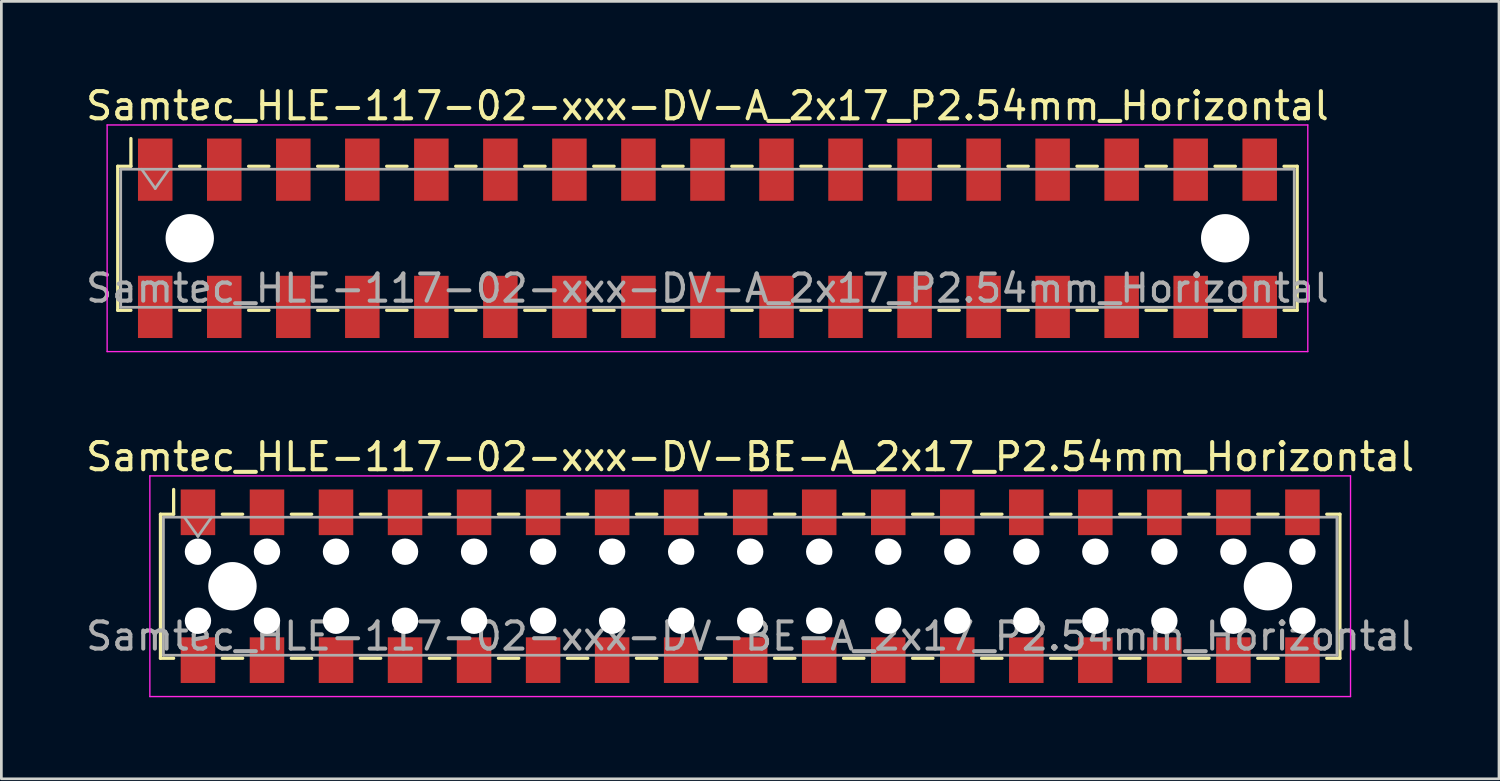
<source format=kicad_pcb>
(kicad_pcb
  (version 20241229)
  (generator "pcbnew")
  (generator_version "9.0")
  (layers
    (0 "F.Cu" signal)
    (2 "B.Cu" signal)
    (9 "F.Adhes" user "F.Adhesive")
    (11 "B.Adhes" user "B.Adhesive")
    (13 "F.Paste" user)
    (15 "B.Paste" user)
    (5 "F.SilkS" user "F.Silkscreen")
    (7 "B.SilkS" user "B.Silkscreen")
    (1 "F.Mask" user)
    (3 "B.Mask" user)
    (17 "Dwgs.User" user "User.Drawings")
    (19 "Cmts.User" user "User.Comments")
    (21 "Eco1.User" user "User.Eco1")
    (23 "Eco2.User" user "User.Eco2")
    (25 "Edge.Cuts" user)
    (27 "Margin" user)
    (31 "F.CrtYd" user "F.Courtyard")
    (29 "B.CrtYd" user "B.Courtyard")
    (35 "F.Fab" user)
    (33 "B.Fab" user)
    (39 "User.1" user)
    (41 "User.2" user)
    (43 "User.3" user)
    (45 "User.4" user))
  (footprint "Samtec_HLE-117-02-xxx-DV-BE-A_2x17_P2.54mm_Horizontal"
    (layer "F.Cu")
    (at 24.554 18.521)
    (property "Reference" "Samtec_HLE-117-02-xxx-DV-BE-A_2x17_P2.54mm_Horizontal" (at 0 -4.76 0) (layer "F.SilkS") (effects (font (size 1 1) (thickness 0.15))))
    (attr smd)
    (fp_line (start -21.7 -2.65) (end -21.7 2.65) (stroke (width 0.12) (type solid)) (layer "F.SilkS"))
    (fp_line (start -21.7 2.65) (end -21.215 2.65) (stroke (width 0.12) (type solid)) (layer "F.SilkS"))
    (fp_line (start -21.215 -3.56) (end -21.215 -2.65) (stroke (width 0.12) (type solid)) (layer "F.SilkS"))
    (fp_line (start -21.215 -2.65) (end -21.7 -2.65) (stroke (width 0.12) (type solid)) (layer "F.SilkS"))
    (fp_line (start -19.425 -2.65) (end -18.675 -2.65) (stroke (width 0.12) (type solid)) (layer "F.SilkS"))
    (fp_line (start -19.425 2.65) (end -18.675 2.65) (stroke (width 0.12) (type solid)) (layer "F.SilkS"))
    (fp_line (start -16.885 -2.65) (end -16.135 -2.65) (stroke (width 0.12) (type solid)) (layer "F.SilkS"))
    (fp_line (start -16.885 2.65) (end -16.135 2.65) (stroke (width 0.12) (type solid)) (layer "F.SilkS"))
    (fp_line (start -14.345 -2.65) (end -13.595 -2.65) (stroke (width 0.12) (type solid)) (layer "F.SilkS"))
    (fp_line (start -14.345 2.65) (end -13.595 2.65) (stroke (width 0.12) (type solid)) (layer "F.SilkS"))
    (fp_line (start -11.805 -2.65) (end -11.055 -2.65) (stroke (width 0.12) (type solid)) (layer "F.SilkS"))
    (fp_line (start -11.805 2.65) (end -11.055 2.65) (stroke (width 0.12) (type solid)) (layer "F.SilkS"))
    (fp_line (start -9.265 -2.65) (end -8.515 -2.65) (stroke (width 0.12) (type solid)) (layer "F.SilkS"))
    (fp_line (start -9.265 2.65) (end -8.515 2.65) (stroke (width 0.12) (type solid)) (layer "F.SilkS"))
    (fp_line (start -6.725 -2.65) (end -5.975 -2.65) (stroke (width 0.12) (type solid)) (layer "F.SilkS"))
    (fp_line (start -6.725 2.65) (end -5.975 2.65) (stroke (width 0.12) (type solid)) (layer "F.SilkS"))
    (fp_line (start -4.185 -2.65) (end -3.435 -2.65) (stroke (width 0.12) (type solid)) (layer "F.SilkS"))
    (fp_line (start -4.185 2.65) (end -3.435 2.65) (stroke (width 0.12) (type solid)) (layer "F.SilkS"))
    (fp_line (start -1.645 -2.65) (end -0.895 -2.65) (stroke (width 0.12) (type solid)) (layer "F.SilkS"))
    (fp_line (start -1.645 2.65) (end -0.895 2.65) (stroke (width 0.12) (type solid)) (layer "F.SilkS"))
    (fp_line (start 0.895 -2.65) (end 1.645 -2.65) (stroke (width 0.12) (type solid)) (layer "F.SilkS"))
    (fp_line (start 0.895 2.65) (end 1.645 2.65) (stroke (width 0.12) (type solid)) (layer "F.SilkS"))
    (fp_line (start 3.435 -2.65) (end 4.185 -2.65) (stroke (width 0.12) (type solid)) (layer "F.SilkS"))
    (fp_line (start 3.435 2.65) (end 4.185 2.65) (stroke (width 0.12) (type solid)) (layer "F.SilkS"))
    (fp_line (start 5.975 -2.65) (end 6.725 -2.65) (stroke (width 0.12) (type solid)) (layer "F.SilkS"))
    (fp_line (start 5.975 2.65) (end 6.725 2.65) (stroke (width 0.12) (type solid)) (layer "F.SilkS"))
    (fp_line (start 8.515 -2.65) (end 9.265 -2.65) (stroke (width 0.12) (type solid)) (layer "F.SilkS"))
    (fp_line (start 8.515 2.65) (end 9.265 2.65) (stroke (width 0.12) (type solid)) (layer "F.SilkS"))
    (fp_line (start 11.055 -2.65) (end 11.805 -2.65) (stroke (width 0.12) (type solid)) (layer "F.SilkS"))
    (fp_line (start 11.055 2.65) (end 11.805 2.65) (stroke (width 0.12) (type solid)) (layer "F.SilkS"))
    (fp_line (start 13.595 -2.65) (end 14.345 -2.65) (stroke (width 0.12) (type solid)) (layer "F.SilkS"))
    (fp_line (start 13.595 2.65) (end 14.345 2.65) (stroke (width 0.12) (type solid)) (layer "F.SilkS"))
    (fp_line (start 16.135 -2.65) (end 16.885 -2.65) (stroke (width 0.12) (type solid)) (layer "F.SilkS"))
    (fp_line (start 16.135 2.65) (end 16.885 2.65) (stroke (width 0.12) (type solid)) (layer "F.SilkS"))
    (fp_line (start 18.675 -2.65) (end 19.425 -2.65) (stroke (width 0.12) (type solid)) (layer "F.SilkS"))
    (fp_line (start 18.675 2.65) (end 19.425 2.65) (stroke (width 0.12) (type solid)) (layer "F.SilkS"))
    (fp_line (start 21.215 -2.65) (end 21.7 -2.65) (stroke (width 0.12) (type solid)) (layer "F.SilkS"))
    (fp_line (start 21.7 -2.65) (end 21.7 2.65) (stroke (width 0.12) (type solid)) (layer "F.SilkS"))
    (fp_line (start 21.7 2.65) (end 21.215 2.65) (stroke (width 0.12) (type solid)) (layer "F.SilkS"))
    (fp_line (start -22.09 -4.06) (end 22.09 -4.06) (stroke (width 0.05) (type solid)) (layer "F.CrtYd"))
    (fp_line (start -22.09 4.06) (end -22.09 -4.06) (stroke (width 0.05) (type solid)) (layer "F.CrtYd"))
    (fp_line (start 22.09 -4.06) (end 22.09 4.06) (stroke (width 0.05) (type solid)) (layer "F.CrtYd"))
    (fp_line (start 22.09 4.06) (end -22.09 4.06) (stroke (width 0.05) (type solid)) (layer "F.CrtYd"))
    (fp_line (start -21.59 -2.54) (end 21.59 -2.54) (stroke (width 0.1) (type solid)) (layer "F.Fab"))
    (fp_line (start -21.59 2.54) (end -21.59 -2.54) (stroke (width 0.1) (type solid)) (layer "F.Fab"))
    (fp_line (start -20.82 -2.54) (end -20.32 -1.833) (stroke (width 0.1) (type solid)) (layer "F.Fab"))
    (fp_line (start -20.32 -1.833) (end -19.82 -2.54) (stroke (width 0.1) (type solid)) (layer "F.Fab"))
    (fp_line (start 21.59 -2.54) (end 21.59 2.54) (stroke (width 0.1) (type solid)) (layer "F.Fab"))
    (fp_line (start 21.59 2.54) (end -21.59 2.54) (stroke (width 0.1) (type solid)) (layer "F.Fab"))
    (fp_text user "${REFERENCE}" (at 0 1.84 0) (layer "F.Fab") (effects (font (size 1 1) (thickness 0.15))))
    (pad "" np_thru_hole circle (at -20.32 -1.27) (size 0.97 0.97) (drill 0.97) (layers "*.Cu" "*.Mask"))
    (pad "" np_thru_hole circle (at -20.32 1.27) (size 0.97 0.97) (drill 0.97) (layers "*.Cu" "*.Mask"))
    (pad "" np_thru_hole circle (at -19.05 0) (size 1.78 1.78) (drill 1.78) (layers "*.Cu" "*.Mask"))
    (pad "" np_thru_hole circle (at -17.78 -1.27) (size 0.97 0.97) (drill 0.97) (layers "*.Cu" "*.Mask"))
    (pad "" np_thru_hole circle (at -17.78 1.27) (size 0.97 0.97) (drill 0.97) (layers "*.Cu" "*.Mask"))
    (pad "" np_thru_hole circle (at -15.24 -1.27) (size 0.97 0.97) (drill 0.97) (layers "*.Cu" "*.Mask"))
    (pad "" np_thru_hole circle (at -15.24 1.27) (size 0.97 0.97) (drill 0.97) (layers "*.Cu" "*.Mask"))
    (pad "" np_thru_hole circle (at -12.7 -1.27) (size 0.97 0.97) (drill 0.97) (layers "*.Cu" "*.Mask"))
    (pad "" np_thru_hole circle (at -12.7 1.27) (size 0.97 0.97) (drill 0.97) (layers "*.Cu" "*.Mask"))
    (pad "" np_thru_hole circle (at -10.16 -1.27) (size 0.97 0.97) (drill 0.97) (layers "*.Cu" "*.Mask"))
    (pad "" np_thru_hole circle (at -10.16 1.27) (size 0.97 0.97) (drill 0.97) (layers "*.Cu" "*.Mask"))
    (pad "" np_thru_hole circle (at -7.62 -1.27) (size 0.97 0.97) (drill 0.97) (layers "*.Cu" "*.Mask"))
    (pad "" np_thru_hole circle (at -7.62 1.27) (size 0.97 0.97) (drill 0.97) (layers "*.Cu" "*.Mask"))
    (pad "" np_thru_hole circle (at -5.08 -1.27) (size 0.97 0.97) (drill 0.97) (layers "*.Cu" "*.Mask"))
    (pad "" np_thru_hole circle (at -5.08 1.27) (size 0.97 0.97) (drill 0.97) (layers "*.Cu" "*.Mask"))
    (pad "" np_thru_hole circle (at -2.54 -1.27) (size 0.97 0.97) (drill 0.97) (layers "*.Cu" "*.Mask"))
    (pad "" np_thru_hole circle (at -2.54 1.27) (size 0.97 0.97) (drill 0.97) (layers "*.Cu" "*.Mask"))
    (pad "" np_thru_hole circle (at 0 -1.27) (size 0.97 0.97) (drill 0.97) (layers "*.Cu" "*.Mask"))
    (pad "" np_thru_hole circle (at 0 1.27) (size 0.97 0.97) (drill 0.97) (layers "*.Cu" "*.Mask"))
    (pad "" np_thru_hole circle (at 2.54 -1.27) (size 0.97 0.97) (drill 0.97) (layers "*.Cu" "*.Mask"))
    (pad "" np_thru_hole circle (at 2.54 1.27) (size 0.97 0.97) (drill 0.97) (layers "*.Cu" "*.Mask"))
    (pad "" np_thru_hole circle (at 5.08 -1.27) (size 0.97 0.97) (drill 0.97) (layers "*.Cu" "*.Mask"))
    (pad "" np_thru_hole circle (at 5.08 1.27) (size 0.97 0.97) (drill 0.97) (layers "*.Cu" "*.Mask"))
    (pad "" np_thru_hole circle (at 7.62 -1.27) (size 0.97 0.97) (drill 0.97) (layers "*.Cu" "*.Mask"))
    (pad "" np_thru_hole circle (at 7.62 1.27) (size 0.97 0.97) (drill 0.97) (layers "*.Cu" "*.Mask"))
    (pad "" np_thru_hole circle (at 10.16 -1.27) (size 0.97 0.97) (drill 0.97) (layers "*.Cu" "*.Mask"))
    (pad "" np_thru_hole circle (at 10.16 1.27) (size 0.97 0.97) (drill 0.97) (layers "*.Cu" "*.Mask"))
    (pad "" np_thru_hole circle (at 12.7 -1.27) (size 0.97 0.97) (drill 0.97) (layers "*.Cu" "*.Mask"))
    (pad "" np_thru_hole circle (at 12.7 1.27) (size 0.97 0.97) (drill 0.97) (layers "*.Cu" "*.Mask"))
    (pad "" np_thru_hole circle (at 15.24 -1.27) (size 0.97 0.97) (drill 0.97) (layers "*.Cu" "*.Mask"))
    (pad "" np_thru_hole circle (at 15.24 1.27) (size 0.97 0.97) (drill 0.97) (layers "*.Cu" "*.Mask"))
    (pad "" np_thru_hole circle (at 17.78 -1.27) (size 0.97 0.97) (drill 0.97) (layers "*.Cu" "*.Mask"))
    (pad "" np_thru_hole circle (at 17.78 1.27) (size 0.97 0.97) (drill 0.97) (layers "*.Cu" "*.Mask"))
    (pad "" np_thru_hole circle (at 19.05 0) (size 1.78 1.78) (drill 1.78) (layers "*.Cu" "*.Mask"))
    (pad "" np_thru_hole circle (at 20.32 -1.27) (size 0.97 0.97) (drill 0.97) (layers "*.Cu" "*.Mask"))
    (pad "" np_thru_hole circle (at 20.32 1.27) (size 0.97 0.97) (drill 0.97) (layers "*.Cu" "*.Mask"))
    (pad "1" smd rect (at -20.32 -2.72) (size 1.27 1.68) (layers "F.Cu" "F.Mask" "F.Paste"))
    (pad "2" smd rect (at -20.32 2.72) (size 1.27 1.68) (layers "F.Cu" "F.Mask" "F.Paste"))
    (pad "3" smd rect (at -17.78 -2.72) (size 1.27 1.68) (layers "F.Cu" "F.Mask" "F.Paste"))
    (pad "4" smd rect (at -17.78 2.72) (size 1.27 1.68) (layers "F.Cu" "F.Mask" "F.Paste"))
    (pad "5" smd rect (at -15.24 -2.72) (size 1.27 1.68) (layers "F.Cu" "F.Mask" "F.Paste"))
    (pad "6" smd rect (at -15.24 2.72) (size 1.27 1.68) (layers "F.Cu" "F.Mask" "F.Paste"))
    (pad "7" smd rect (at -12.7 -2.72) (size 1.27 1.68) (layers "F.Cu" "F.Mask" "F.Paste"))
    (pad "8" smd rect (at -12.7 2.72) (size 1.27 1.68) (layers "F.Cu" "F.Mask" "F.Paste"))
    (pad "9" smd rect (at -10.16 -2.72) (size 1.27 1.68) (layers "F.Cu" "F.Mask" "F.Paste"))
    (pad "10" smd rect (at -10.16 2.72) (size 1.27 1.68) (layers "F.Cu" "F.Mask" "F.Paste"))
    (pad "11" smd rect (at -7.62 -2.72) (size 1.27 1.68) (layers "F.Cu" "F.Mask" "F.Paste"))
    (pad "12" smd rect (at -7.62 2.72) (size 1.27 1.68) (layers "F.Cu" "F.Mask" "F.Paste"))
    (pad "13" smd rect (at -5.08 -2.72) (size 1.27 1.68) (layers "F.Cu" "F.Mask" "F.Paste"))
    (pad "14" smd rect (at -5.08 2.72) (size 1.27 1.68) (layers "F.Cu" "F.Mask" "F.Paste"))
    (pad "15" smd rect (at -2.54 -2.72) (size 1.27 1.68) (layers "F.Cu" "F.Mask" "F.Paste"))
    (pad "16" smd rect (at -2.54 2.72) (size 1.27 1.68) (layers "F.Cu" "F.Mask" "F.Paste"))
    (pad "17" smd rect (at 0 -2.72) (size 1.27 1.68) (layers "F.Cu" "F.Mask" "F.Paste"))
    (pad "18" smd rect (at 0 2.72) (size 1.27 1.68) (layers "F.Cu" "F.Mask" "F.Paste"))
    (pad "19" smd rect (at 2.54 -2.72) (size 1.27 1.68) (layers "F.Cu" "F.Mask" "F.Paste"))
    (pad "20" smd rect (at 2.54 2.72) (size 1.27 1.68) (layers "F.Cu" "F.Mask" "F.Paste"))
    (pad "21" smd rect (at 5.08 -2.72) (size 1.27 1.68) (layers "F.Cu" "F.Mask" "F.Paste"))
    (pad "22" smd rect (at 5.08 2.72) (size 1.27 1.68) (layers "F.Cu" "F.Mask" "F.Paste"))
    (pad "23" smd rect (at 7.62 -2.72) (size 1.27 1.68) (layers "F.Cu" "F.Mask" "F.Paste"))
    (pad "24" smd rect (at 7.62 2.72) (size 1.27 1.68) (layers "F.Cu" "F.Mask" "F.Paste"))
    (pad "25" smd rect (at 10.16 -2.72) (size 1.27 1.68) (layers "F.Cu" "F.Mask" "F.Paste"))
    (pad "26" smd rect (at 10.16 2.72) (size 1.27 1.68) (layers "F.Cu" "F.Mask" "F.Paste"))
    (pad "27" smd rect (at 12.7 -2.72) (size 1.27 1.68) (layers "F.Cu" "F.Mask" "F.Paste"))
    (pad "28" smd rect (at 12.7 2.72) (size 1.27 1.68) (layers "F.Cu" "F.Mask" "F.Paste"))
    (pad "29" smd rect (at 15.24 -2.72) (size 1.27 1.68) (layers "F.Cu" "F.Mask" "F.Paste"))
    (pad "30" smd rect (at 15.24 2.72) (size 1.27 1.68) (layers "F.Cu" "F.Mask" "F.Paste"))
    (pad "31" smd rect (at 17.78 -2.72) (size 1.27 1.68) (layers "F.Cu" "F.Mask" "F.Paste"))
    (pad "32" smd rect (at 17.78 2.72) (size 1.27 1.68) (layers "F.Cu" "F.Mask" "F.Paste"))
    (pad "33" smd rect (at 20.32 -2.72) (size 1.27 1.68) (layers "F.Cu" "F.Mask" "F.Paste"))
    (pad "34" smd rect (at 20.32 2.72) (size 1.27 1.68) (layers "F.Cu" "F.Mask" "F.Paste")))
  (footprint "Samtec_HLE-117-02-xxx-DV-A_2x17_P2.54mm_Horizontal"
    (layer "F.Cu")
    (at 22.982 5.718)
    (property "Reference" "Samtec_HLE-117-02-xxx-DV-A_2x17_P2.54mm_Horizontal" (at 0 -4.87 0) (layer "F.SilkS") (effects (font (size 1 1) (thickness 0.15))))
    (attr smd)
    (fp_line (start -21.7 -2.65) (end -21.7 2.65) (stroke (width 0.12) (type solid)) (layer "F.SilkS"))
    (fp_line (start -21.7 2.65) (end -21.215 2.65) (stroke (width 0.12) (type solid)) (layer "F.SilkS"))
    (fp_line (start -21.215 -3.67) (end -21.215 -2.65) (stroke (width 0.12) (type solid)) (layer "F.SilkS"))
    (fp_line (start -21.215 -2.65) (end -21.7 -2.65) (stroke (width 0.12) (type solid)) (layer "F.SilkS"))
    (fp_line (start -19.425 -2.65) (end -18.675 -2.65) (stroke (width 0.12) (type solid)) (layer "F.SilkS"))
    (fp_line (start -19.425 2.65) (end -18.675 2.65) (stroke (width 0.12) (type solid)) (layer "F.SilkS"))
    (fp_line (start -16.885 -2.65) (end -16.135 -2.65) (stroke (width 0.12) (type solid)) (layer "F.SilkS"))
    (fp_line (start -16.885 2.65) (end -16.135 2.65) (stroke (width 0.12) (type solid)) (layer "F.SilkS"))
    (fp_line (start -14.345 -2.65) (end -13.595 -2.65) (stroke (width 0.12) (type solid)) (layer "F.SilkS"))
    (fp_line (start -14.345 2.65) (end -13.595 2.65) (stroke (width 0.12) (type solid)) (layer "F.SilkS"))
    (fp_line (start -11.805 -2.65) (end -11.055 -2.65) (stroke (width 0.12) (type solid)) (layer "F.SilkS"))
    (fp_line (start -11.805 2.65) (end -11.055 2.65) (stroke (width 0.12) (type solid)) (layer "F.SilkS"))
    (fp_line (start -9.265 -2.65) (end -8.515 -2.65) (stroke (width 0.12) (type solid)) (layer "F.SilkS"))
    (fp_line (start -9.265 2.65) (end -8.515 2.65) (stroke (width 0.12) (type solid)) (layer "F.SilkS"))
    (fp_line (start -6.725 -2.65) (end -5.975 -2.65) (stroke (width 0.12) (type solid)) (layer "F.SilkS"))
    (fp_line (start -6.725 2.65) (end -5.975 2.65) (stroke (width 0.12) (type solid)) (layer "F.SilkS"))
    (fp_line (start -4.185 -2.65) (end -3.435 -2.65) (stroke (width 0.12) (type solid)) (layer "F.SilkS"))
    (fp_line (start -4.185 2.65) (end -3.435 2.65) (stroke (width 0.12) (type solid)) (layer "F.SilkS"))
    (fp_line (start -1.645 -2.65) (end -0.895 -2.65) (stroke (width 0.12) (type solid)) (layer "F.SilkS"))
    (fp_line (start -1.645 2.65) (end -0.895 2.65) (stroke (width 0.12) (type solid)) (layer "F.SilkS"))
    (fp_line (start 0.895 -2.65) (end 1.645 -2.65) (stroke (width 0.12) (type solid)) (layer "F.SilkS"))
    (fp_line (start 0.895 2.65) (end 1.645 2.65) (stroke (width 0.12) (type solid)) (layer "F.SilkS"))
    (fp_line (start 3.435 -2.65) (end 4.185 -2.65) (stroke (width 0.12) (type solid)) (layer "F.SilkS"))
    (fp_line (start 3.435 2.65) (end 4.185 2.65) (stroke (width 0.12) (type solid)) (layer "F.SilkS"))
    (fp_line (start 5.975 -2.65) (end 6.725 -2.65) (stroke (width 0.12) (type solid)) (layer "F.SilkS"))
    (fp_line (start 5.975 2.65) (end 6.725 2.65) (stroke (width 0.12) (type solid)) (layer "F.SilkS"))
    (fp_line (start 8.515 -2.65) (end 9.265 -2.65) (stroke (width 0.12) (type solid)) (layer "F.SilkS"))
    (fp_line (start 8.515 2.65) (end 9.265 2.65) (stroke (width 0.12) (type solid)) (layer "F.SilkS"))
    (fp_line (start 11.055 -2.65) (end 11.805 -2.65) (stroke (width 0.12) (type solid)) (layer "F.SilkS"))
    (fp_line (start 11.055 2.65) (end 11.805 2.65) (stroke (width 0.12) (type solid)) (layer "F.SilkS"))
    (fp_line (start 13.595 -2.65) (end 14.345 -2.65) (stroke (width 0.12) (type solid)) (layer "F.SilkS"))
    (fp_line (start 13.595 2.65) (end 14.345 2.65) (stroke (width 0.12) (type solid)) (layer "F.SilkS"))
    (fp_line (start 16.135 -2.65) (end 16.885 -2.65) (stroke (width 0.12) (type solid)) (layer "F.SilkS"))
    (fp_line (start 16.135 2.65) (end 16.885 2.65) (stroke (width 0.12) (type solid)) (layer "F.SilkS"))
    (fp_line (start 18.675 -2.65) (end 19.425 -2.65) (stroke (width 0.12) (type solid)) (layer "F.SilkS"))
    (fp_line (start 18.675 2.65) (end 19.425 2.65) (stroke (width 0.12) (type solid)) (layer "F.SilkS"))
    (fp_line (start 21.215 -2.65) (end 21.7 -2.65) (stroke (width 0.12) (type solid)) (layer "F.SilkS"))
    (fp_line (start 21.7 -2.65) (end 21.7 2.65) (stroke (width 0.12) (type solid)) (layer "F.SilkS"))
    (fp_line (start 21.7 2.65) (end 21.215 2.65) (stroke (width 0.12) (type solid)) (layer "F.SilkS"))
    (fp_line (start -22.09 -4.17) (end 22.09 -4.17) (stroke (width 0.05) (type solid)) (layer "F.CrtYd"))
    (fp_line (start -22.09 4.17) (end -22.09 -4.17) (stroke (width 0.05) (type solid)) (layer "F.CrtYd"))
    (fp_line (start 22.09 -4.17) (end 22.09 4.17) (stroke (width 0.05) (type solid)) (layer "F.CrtYd"))
    (fp_line (start 22.09 4.17) (end -22.09 4.17) (stroke (width 0.05) (type solid)) (layer "F.CrtYd"))
    (fp_line (start -21.59 -2.54) (end 21.59 -2.54) (stroke (width 0.1) (type solid)) (layer "F.Fab"))
    (fp_line (start -21.59 2.54) (end -21.59 -2.54) (stroke (width 0.1) (type solid)) (layer "F.Fab"))
    (fp_line (start -20.82 -2.54) (end -20.32 -1.833) (stroke (width 0.1) (type solid)) (layer "F.Fab"))
    (fp_line (start -20.32 -1.833) (end -19.82 -2.54) (stroke (width 0.1) (type solid)) (layer "F.Fab"))
    (fp_line (start 21.59 -2.54) (end 21.59 2.54) (stroke (width 0.1) (type solid)) (layer "F.Fab"))
    (fp_line (start 21.59 2.54) (end -21.59 2.54) (stroke (width 0.1) (type solid)) (layer "F.Fab"))
    (fp_text user "${REFERENCE}" (at 0 1.84 0) (layer "F.Fab") (effects (font (size 1 1) (thickness 0.15))))
    (pad "" np_thru_hole circle (at -19.05 0) (size 1.78 1.78) (drill 1.78) (layers "*.Cu" "*.Mask"))
    (pad "" np_thru_hole circle (at 19.05 0) (size 1.78 1.78) (drill 1.78) (layers "*.Cu" "*.Mask"))
    (pad "1" smd rect (at -20.32 -2.525) (size 1.27 2.29) (layers "F.Cu" "F.Mask" "F.Paste"))
    (pad "2" smd rect (at -20.32 2.525) (size 1.27 2.29) (layers "F.Cu" "F.Mask" "F.Paste"))
    (pad "3" smd rect (at -17.78 -2.525) (size 1.27 2.29) (layers "F.Cu" "F.Mask" "F.Paste"))
    (pad "4" smd rect (at -17.78 2.525) (size 1.27 2.29) (layers "F.Cu" "F.Mask" "F.Paste"))
    (pad "5" smd rect (at -15.24 -2.525) (size 1.27 2.29) (layers "F.Cu" "F.Mask" "F.Paste"))
    (pad "6" smd rect (at -15.24 2.525) (size 1.27 2.29) (layers "F.Cu" "F.Mask" "F.Paste"))
    (pad "7" smd rect (at -12.7 -2.525) (size 1.27 2.29) (layers "F.Cu" "F.Mask" "F.Paste"))
    (pad "8" smd rect (at -12.7 2.525) (size 1.27 2.29) (layers "F.Cu" "F.Mask" "F.Paste"))
    (pad "9" smd rect (at -10.16 -2.525) (size 1.27 2.29) (layers "F.Cu" "F.Mask" "F.Paste"))
    (pad "10" smd rect (at -10.16 2.525) (size 1.27 2.29) (layers "F.Cu" "F.Mask" "F.Paste"))
    (pad "11" smd rect (at -7.62 -2.525) (size 1.27 2.29) (layers "F.Cu" "F.Mask" "F.Paste"))
    (pad "12" smd rect (at -7.62 2.525) (size 1.27 2.29) (layers "F.Cu" "F.Mask" "F.Paste"))
    (pad "13" smd rect (at -5.08 -2.525) (size 1.27 2.29) (layers "F.Cu" "F.Mask" "F.Paste"))
    (pad "14" smd rect (at -5.08 2.525) (size 1.27 2.29) (layers "F.Cu" "F.Mask" "F.Paste"))
    (pad "15" smd rect (at -2.54 -2.525) (size 1.27 2.29) (layers "F.Cu" "F.Mask" "F.Paste"))
    (pad "16" smd rect (at -2.54 2.525) (size 1.27 2.29) (layers "F.Cu" "F.Mask" "F.Paste"))
    (pad "17" smd rect (at 0 -2.525) (size 1.27 2.29) (layers "F.Cu" "F.Mask" "F.Paste"))
    (pad "18" smd rect (at 0 2.525) (size 1.27 2.29) (layers "F.Cu" "F.Mask" "F.Paste"))
    (pad "19" smd rect (at 2.54 -2.525) (size 1.27 2.29) (layers "F.Cu" "F.Mask" "F.Paste"))
    (pad "20" smd rect (at 2.54 2.525) (size 1.27 2.29) (layers "F.Cu" "F.Mask" "F.Paste"))
    (pad "21" smd rect (at 5.08 -2.525) (size 1.27 2.29) (layers "F.Cu" "F.Mask" "F.Paste"))
    (pad "22" smd rect (at 5.08 2.525) (size 1.27 2.29) (layers "F.Cu" "F.Mask" "F.Paste"))
    (pad "23" smd rect (at 7.62 -2.525) (size 1.27 2.29) (layers "F.Cu" "F.Mask" "F.Paste"))
    (pad "24" smd rect (at 7.62 2.525) (size 1.27 2.29) (layers "F.Cu" "F.Mask" "F.Paste"))
    (pad "25" smd rect (at 10.16 -2.525) (size 1.27 2.29) (layers "F.Cu" "F.Mask" "F.Paste"))
    (pad "26" smd rect (at 10.16 2.525) (size 1.27 2.29) (layers "F.Cu" "F.Mask" "F.Paste"))
    (pad "27" smd rect (at 12.7 -2.525) (size 1.27 2.29) (layers "F.Cu" "F.Mask" "F.Paste"))
    (pad "28" smd rect (at 12.7 2.525) (size 1.27 2.29) (layers "F.Cu" "F.Mask" "F.Paste"))
    (pad "29" smd rect (at 15.24 -2.525) (size 1.27 2.29) (layers "F.Cu" "F.Mask" "F.Paste"))
    (pad "30" smd rect (at 15.24 2.525) (size 1.27 2.29) (layers "F.Cu" "F.Mask" "F.Paste"))
    (pad "31" smd rect (at 17.78 -2.525) (size 1.27 2.29) (layers "F.Cu" "F.Mask" "F.Paste"))
    (pad "32" smd rect (at 17.78 2.525) (size 1.27 2.29) (layers "F.Cu" "F.Mask" "F.Paste"))
    (pad "33" smd rect (at 20.32 -2.525) (size 1.27 2.29) (layers "F.Cu" "F.Mask" "F.Paste"))
    (pad "34" smd rect (at 20.32 2.525) (size 1.27 2.29) (layers "F.Cu" "F.Mask" "F.Paste")))
  (gr_rect
    (start -3 -3)
    (end 52.107 25.607)
    (stroke (width 0.1) (type default))
    (fill no)
    (layer "Edge.Cuts")))
</source>
